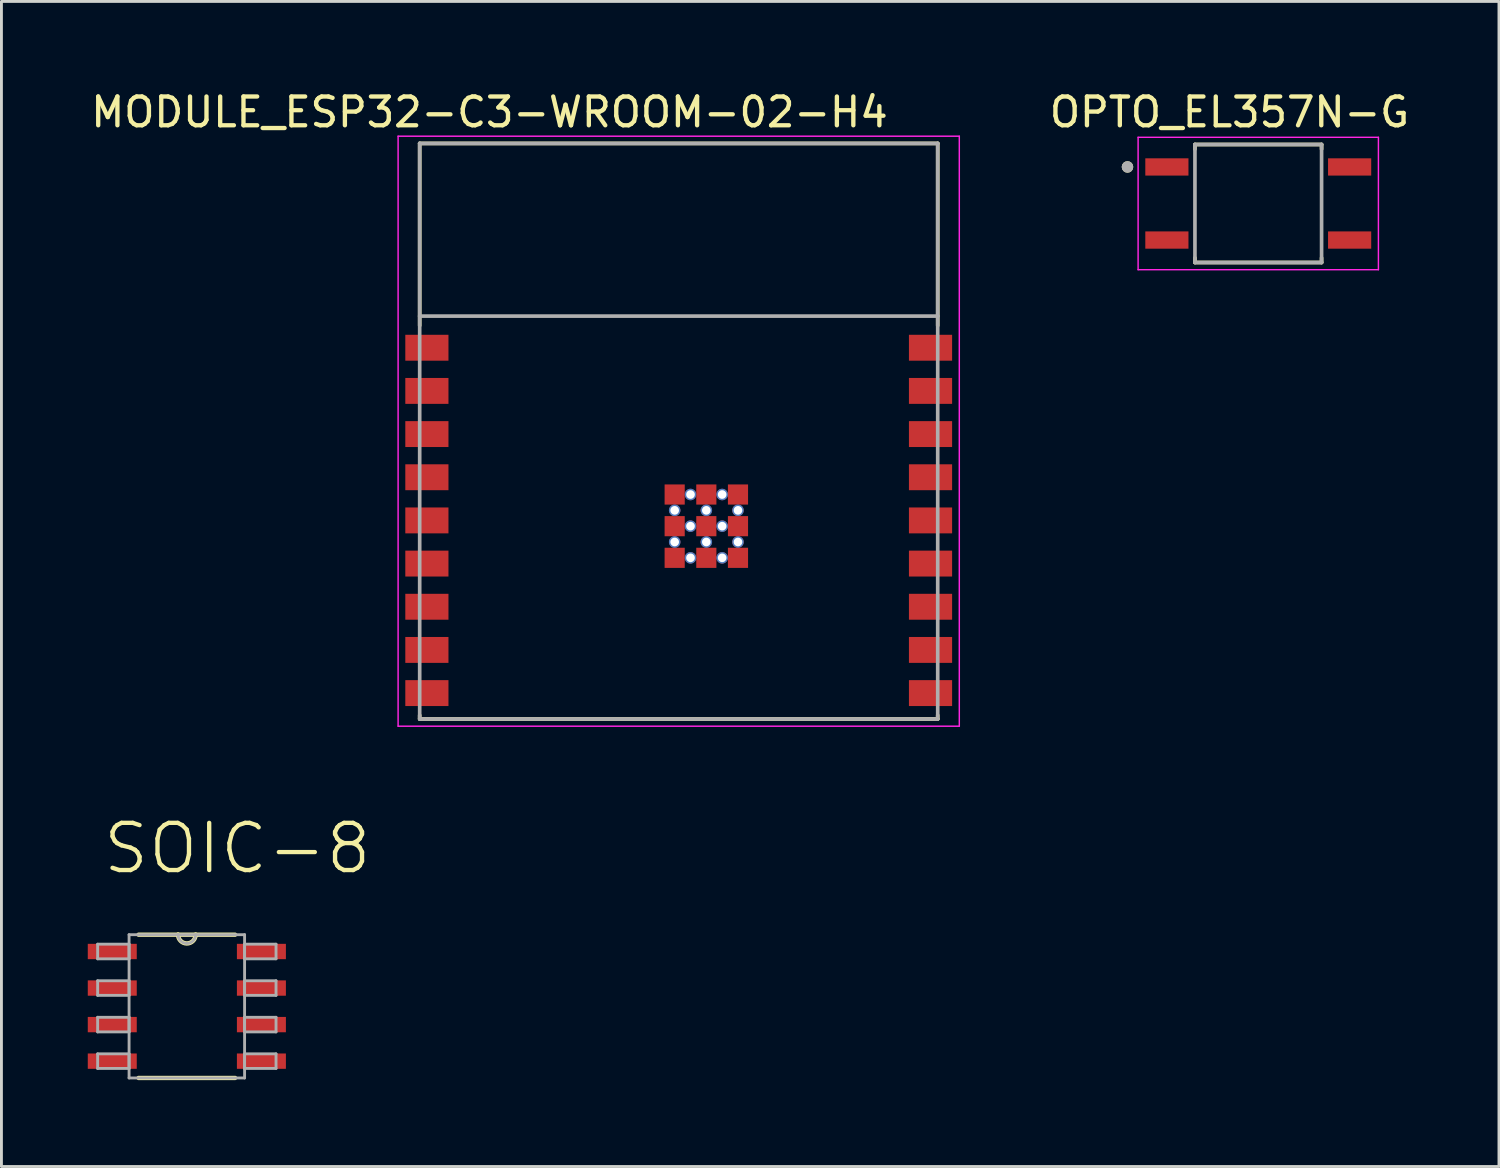
<source format=kicad_pcb>
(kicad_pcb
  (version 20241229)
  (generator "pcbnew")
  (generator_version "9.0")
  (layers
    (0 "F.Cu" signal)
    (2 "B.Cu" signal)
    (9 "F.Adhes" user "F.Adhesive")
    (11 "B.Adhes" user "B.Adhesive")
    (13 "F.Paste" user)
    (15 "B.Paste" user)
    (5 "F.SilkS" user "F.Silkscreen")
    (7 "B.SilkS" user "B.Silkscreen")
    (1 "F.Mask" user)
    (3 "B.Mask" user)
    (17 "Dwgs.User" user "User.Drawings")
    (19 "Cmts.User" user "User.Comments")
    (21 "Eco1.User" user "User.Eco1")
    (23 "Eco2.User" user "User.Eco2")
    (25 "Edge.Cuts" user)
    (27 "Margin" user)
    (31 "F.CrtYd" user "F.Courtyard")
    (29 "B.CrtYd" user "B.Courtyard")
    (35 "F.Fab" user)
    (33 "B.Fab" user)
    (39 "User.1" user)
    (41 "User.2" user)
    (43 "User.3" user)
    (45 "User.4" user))
  (footprint "MODULE_ESP32-C3-WROOM-02-H4"
    (layer "F.Cu")
    (at 20.533 11.933)
    (property "Reference" "MODULE_ESP32-C3-WROOM-02-H4" (at -6.575 -11.085 0) (layer "F.SilkS") (effects (font (size 1 1) (thickness 0.15))))
    (attr through_hole)
    (fp_line (start -9 -10) (end -9 -3.67) (stroke (width 0.127) (type solid)) (layer "F.SilkS"))
    (fp_line (start -9 10) (end -9 9.87) (stroke (width 0.127) (type solid)) (layer "F.SilkS"))
    (fp_line (start -9 10) (end 9 10) (stroke (width 0.127) (type solid)) (layer "F.SilkS"))
    (fp_line (start 9 -10) (end -9 -10) (stroke (width 0.127) (type solid)) (layer "F.SilkS"))
    (fp_line (start 9 -3.67) (end 9 -10) (stroke (width 0.127) (type solid)) (layer "F.SilkS"))
    (fp_line (start 9 10) (end 9 9.87) (stroke (width 0.127) (type solid)) (layer "F.SilkS"))
    (fp_line (start -9.75 -10.25) (end -9.75 10.25) (stroke (width 0.05) (type solid)) (layer "F.CrtYd"))
    (fp_line (start -9.75 10.25) (end 9.75 10.25) (stroke (width 0.05) (type solid)) (layer "F.CrtYd"))
    (fp_line (start 9.75 -10.25) (end -9.75 -10.25) (stroke (width 0.05) (type solid)) (layer "F.CrtYd"))
    (fp_line (start 9.75 10.25) (end 9.75 -10.25) (stroke (width 0.05) (type solid)) (layer "F.CrtYd"))
    (fp_line (start -9 -10) (end -9 -4) (stroke (width 0.127) (type solid)) (layer "F.Fab"))
    (fp_line (start -9 -4) (end -9 10) (stroke (width 0.127) (type solid)) (layer "F.Fab"))
    (fp_line (start -9 10) (end 9 10) (stroke (width 0.127) (type solid)) (layer "F.Fab"))
    (fp_line (start 9 -10) (end -9 -10) (stroke (width 0.127) (type solid)) (layer "F.Fab"))
    (fp_line (start 9 -4) (end -9 -4) (stroke (width 0.127) (type solid)) (layer "F.Fab"))
    (fp_line (start 9 -4) (end 9 -10) (stroke (width 0.127) (type solid)) (layer "F.Fab"))
    (fp_line (start 9 10) (end 9 -4) (stroke (width 0.127) (type solid)) (layer "F.Fab"))
    (pad "1" smd rect (at -8.75 -2.9) (size 1.5 0.9) (layers "F.Cu" "F.Mask" "F.Paste"))
    (pad "2" smd rect (at -8.75 -1.4) (size 1.5 0.9) (layers "F.Cu" "F.Mask" "F.Paste"))
    (pad "3" smd rect (at -8.75 0.1) (size 1.5 0.9) (layers "F.Cu" "F.Mask" "F.Paste"))
    (pad "4" smd rect (at -8.75 1.6) (size 1.5 0.9) (layers "F.Cu" "F.Mask" "F.Paste"))
    (pad "5" smd rect (at -8.75 3.1) (size 1.5 0.9) (layers "F.Cu" "F.Mask" "F.Paste"))
    (pad "6" smd rect (at -8.75 4.6) (size 1.5 0.9) (layers "F.Cu" "F.Mask" "F.Paste"))
    (pad "7" smd rect (at -8.75 6.1) (size 1.5 0.9) (layers "F.Cu" "F.Mask" "F.Paste"))
    (pad "8" smd rect (at -8.75 7.6) (size 1.5 0.9) (layers "F.Cu" "F.Mask" "F.Paste"))
    (pad "9" smd rect (at -8.75 9.1) (size 1.5 0.9) (layers "F.Cu" "F.Mask" "F.Paste"))
    (pad "10" smd rect (at 8.75 9.1) (size 1.5 0.9) (layers "F.Cu" "F.Mask" "F.Paste"))
    (pad "11" smd rect (at 8.75 7.6) (size 1.5 0.9) (layers "F.Cu" "F.Mask" "F.Paste"))
    (pad "12" smd rect (at 8.75 6.1) (size 1.5 0.9) (layers "F.Cu" "F.Mask" "F.Paste"))
    (pad "13" smd rect (at 8.75 4.6) (size 1.5 0.9) (layers "F.Cu" "F.Mask" "F.Paste"))
    (pad "14" smd rect (at 8.75 3.1) (size 1.5 0.9) (layers "F.Cu" "F.Mask" "F.Paste"))
    (pad "15" smd rect (at 8.75 1.6) (size 1.5 0.9) (layers "F.Cu" "F.Mask" "F.Paste"))
    (pad "16" smd rect (at 8.75 0.1) (size 1.5 0.9) (layers "F.Cu" "F.Mask" "F.Paste"))
    (pad "17" smd rect (at 8.75 -1.4) (size 1.5 0.9) (layers "F.Cu" "F.Mask" "F.Paste"))
    (pad "18" smd rect (at 8.75 -2.9) (size 1.5 0.9) (layers "F.Cu" "F.Mask" "F.Paste"))
    (pad "19" smd rect (at -0.14 2.2) (size 0.7 0.7) (layers "F.Cu" "F.Mask" "F.Paste"))
    (pad "20" smd rect (at 0.96 2.2) (size 0.7 0.7) (layers "F.Cu" "F.Mask" "F.Paste"))
    (pad "21" smd rect (at 2.06 2.2) (size 0.7 0.7) (layers "F.Cu" "F.Mask" "F.Paste"))
    (pad "22" smd rect (at -0.14 3.3) (size 0.7 0.7) (layers "F.Cu" "F.Mask" "F.Paste"))
    (pad "23" smd rect (at 0.96 3.3) (size 0.7 0.7) (layers "F.Cu" "F.Mask" "F.Paste"))
    (pad "24" smd rect (at 2.06 3.3) (size 0.7 0.7) (layers "F.Cu" "F.Mask" "F.Paste"))
    (pad "25" smd rect (at -0.14 4.4) (size 0.7 0.7) (layers "F.Cu" "F.Mask" "F.Paste"))
    (pad "26" smd rect (at 0.96 4.4) (size 0.7 0.7) (layers "F.Cu" "F.Mask" "F.Paste"))
    (pad "27" smd rect (at 2.06 4.4) (size 0.7 0.7) (layers "F.Cu" "F.Mask" "F.Paste"))
    (pad "28" thru_hole circle (at 0.41 2.2) (size 0.4 0.4) (drill 0.3) (layers "*.Cu"))
    (pad "29" thru_hole circle (at 1.51 2.2) (size 0.4 0.4) (drill 0.3) (layers "*.Cu"))
    (pad "30" thru_hole circle (at -0.14 2.75) (size 0.4 0.4) (drill 0.3) (layers "*.Cu"))
    (pad "31" thru_hole circle (at 0.96 2.75) (size 0.4 0.4) (drill 0.3) (layers "*.Cu"))
    (pad "32" thru_hole circle (at 2.06 2.75) (size 0.4 0.4) (drill 0.3) (layers "*.Cu"))
    (pad "33" thru_hole circle (at 0.41 3.3) (size 0.4 0.4) (drill 0.3) (layers "*.Cu"))
    (pad "34" thru_hole circle (at 1.51 3.3) (size 0.4 0.4) (drill 0.3) (layers "*.Cu"))
    (pad "35" thru_hole circle (at -0.14 3.85) (size 0.4 0.4) (drill 0.3) (layers "*.Cu"))
    (pad "36" thru_hole circle (at 0.96 3.85) (size 0.4 0.4) (drill 0.3) (layers "*.Cu"))
    (pad "37" thru_hole circle (at 2.06 3.85) (size 0.4 0.4) (drill 0.3) (layers "*.Cu"))
    (pad "38" thru_hole circle (at 0.41 4.4) (size 0.4 0.4) (drill 0.3) (layers "*.Cu"))
    (pad "39" thru_hole circle (at 1.51 4.4) (size 0.4 0.4) (drill 0.3) (layers "*.Cu"))
    (zone (net_name "") (layer "F.Cu") (hatch full 0.508) (connect_pads) (min_thickness 0.01) (filled_areas_thickness no) (keepout (tracks not_allowed) (vias not_allowed) (pads not_allowed) (copperpour not_allowed) (footprints allowed)) (placement (enabled no)) (fill) (polygon (pts (xy 11.533 1.933) (xy 29.533 1.933) (xy 29.533 7.933) (xy 11.533 7.933))))
    (zone (net_name "") (layers "F.Cu" "B.Cu") (hatch full 0.508) (connect_pads) (min_thickness 0.01) (filled_areas_thickness no) (keepout (tracks allowed) (vias not_allowed) (pads allowed) (copperpour allowed) (footprints allowed)) (placement (enabled no)) (fill) (polygon (pts (xy 11.533 1.933) (xy 29.533 1.933) (xy 29.533 7.933) (xy 11.533 7.933))))
    (zone (net_name "") (layer "B.Cu") (hatch full 0.508) (connect_pads) (min_thickness 0.01) (filled_areas_thickness no) (keepout (tracks not_allowed) (vias not_allowed) (pads not_allowed) (copperpour not_allowed) (footprints allowed)) (placement (enabled no)) (fill) (polygon (pts (xy 11.533 1.933) (xy 29.533 1.933) (xy 29.533 7.933) (xy 11.533 7.933)))))
  (footprint "SOIC-8"
    (layer "F.Cu")
    (at 3.442 31.917)
    (property "Reference" "SOIC-8" (at 1.753 -5.486 0) (layer "F.SilkS") (effects (font (size 1.64 1.64) (thickness 0.15))))
    (attr through_hole)
    (fp_line (start -1.676 2.489) (end 1.676 2.489) (stroke (width 0.152) (type solid)) (layer "F.SilkS"))
    (fp_line (start -0.305 -2.489) (end -1.676 -2.489) (stroke (width 0.152) (type solid)) (layer "F.SilkS"))
    (fp_line (start 0.305 -2.489) (end -0.305 -2.489) (stroke (width 0.152) (type solid)) (layer "F.SilkS"))
    (fp_line (start 1.676 -2.489) (end 0.305 -2.489) (stroke (width 0.152) (type solid)) (layer "F.SilkS"))
    (fp_arc (start 0.3048 -2.4892) (mid 0 -2.1844) (end -0.3048 -2.4892) (stroke (width 0.1524) (type solid)) (layer "F.SilkS"))
    (fp_line (start -3.099 -2.159) (end -3.099 -1.651) (stroke (width 0.1) (type solid)) (layer "F.Fab"))
    (fp_line (start -3.099 -1.651) (end -2.007 -1.651) (stroke (width 0.1) (type solid)) (layer "F.Fab"))
    (fp_line (start -3.099 -0.889) (end -3.099 -0.381) (stroke (width 0.1) (type solid)) (layer "F.Fab"))
    (fp_line (start -3.099 -0.381) (end -2.007 -0.381) (stroke (width 0.1) (type solid)) (layer "F.Fab"))
    (fp_line (start -3.099 0.381) (end -3.099 0.889) (stroke (width 0.1) (type solid)) (layer "F.Fab"))
    (fp_line (start -3.099 0.889) (end -2.007 0.889) (stroke (width 0.1) (type solid)) (layer "F.Fab"))
    (fp_line (start -3.099 1.651) (end -3.099 2.159) (stroke (width 0.1) (type solid)) (layer "F.Fab"))
    (fp_line (start -3.099 2.159) (end -2.007 2.159) (stroke (width 0.1) (type solid)) (layer "F.Fab"))
    (fp_line (start -2.007 -2.489) (end -2.007 2.489) (stroke (width 0.1) (type solid)) (layer "F.Fab"))
    (fp_line (start -2.007 -2.159) (end -3.099 -2.159) (stroke (width 0.1) (type solid)) (layer "F.Fab"))
    (fp_line (start -2.007 -1.651) (end -2.007 -2.159) (stroke (width 0.1) (type solid)) (layer "F.Fab"))
    (fp_line (start -2.007 -0.889) (end -3.099 -0.889) (stroke (width 0.1) (type solid)) (layer "F.Fab"))
    (fp_line (start -2.007 -0.381) (end -2.007 -0.889) (stroke (width 0.1) (type solid)) (layer "F.Fab"))
    (fp_line (start -2.007 0.381) (end -3.099 0.381) (stroke (width 0.1) (type solid)) (layer "F.Fab"))
    (fp_line (start -2.007 0.889) (end -2.007 0.381) (stroke (width 0.1) (type solid)) (layer "F.Fab"))
    (fp_line (start -2.007 1.651) (end -3.099 1.651) (stroke (width 0.1) (type solid)) (layer "F.Fab"))
    (fp_line (start -2.007 2.159) (end -2.007 1.651) (stroke (width 0.1) (type solid)) (layer "F.Fab"))
    (fp_line (start -2.007 2.489) (end 2.007 2.489) (stroke (width 0.1) (type solid)) (layer "F.Fab"))
    (fp_line (start -0.305 -2.489) (end -2.007 -2.489) (stroke (width 0.1) (type solid)) (layer "F.Fab"))
    (fp_line (start 0.305 -2.489) (end -0.305 -2.489) (stroke (width 0.1) (type solid)) (layer "F.Fab"))
    (fp_line (start 2.007 -2.489) (end 0.305 -2.489) (stroke (width 0.1) (type solid)) (layer "F.Fab"))
    (fp_line (start 2.007 -2.159) (end 2.007 -1.651) (stroke (width 0.1) (type solid)) (layer "F.Fab"))
    (fp_line (start 2.007 -1.651) (end 3.099 -1.651) (stroke (width 0.1) (type solid)) (layer "F.Fab"))
    (fp_line (start 2.007 -0.889) (end 2.007 -0.381) (stroke (width 0.1) (type solid)) (layer "F.Fab"))
    (fp_line (start 2.007 -0.381) (end 3.099 -0.381) (stroke (width 0.1) (type solid)) (layer "F.Fab"))
    (fp_line (start 2.007 0.381) (end 2.007 0.889) (stroke (width 0.1) (type solid)) (layer "F.Fab"))
    (fp_line (start 2.007 0.889) (end 3.099 0.889) (stroke (width 0.1) (type solid)) (layer "F.Fab"))
    (fp_line (start 2.007 1.651) (end 2.007 2.159) (stroke (width 0.1) (type solid)) (layer "F.Fab"))
    (fp_line (start 2.007 2.159) (end 3.099 2.159) (stroke (width 0.1) (type solid)) (layer "F.Fab"))
    (fp_line (start 2.007 2.489) (end 2.007 -2.489) (stroke (width 0.1) (type solid)) (layer "F.Fab"))
    (fp_line (start 3.099 -2.159) (end 2.007 -2.159) (stroke (width 0.1) (type solid)) (layer "F.Fab"))
    (fp_line (start 3.099 -1.651) (end 3.099 -2.159) (stroke (width 0.1) (type solid)) (layer "F.Fab"))
    (fp_line (start 3.099 -0.889) (end 2.007 -0.889) (stroke (width 0.1) (type solid)) (layer "F.Fab"))
    (fp_line (start 3.099 -0.381) (end 3.099 -0.889) (stroke (width 0.1) (type solid)) (layer "F.Fab"))
    (fp_line (start 3.099 0.381) (end 2.007 0.381) (stroke (width 0.1) (type solid)) (layer "F.Fab"))
    (fp_line (start 3.099 0.889) (end 3.099 0.381) (stroke (width 0.1) (type solid)) (layer "F.Fab"))
    (fp_line (start 3.099 1.651) (end 2.007 1.651) (stroke (width 0.1) (type solid)) (layer "F.Fab"))
    (fp_line (start 3.099 2.159) (end 3.099 1.651) (stroke (width 0.1) (type solid)) (layer "F.Fab"))
    (fp_arc (start 0.3048 -2.4892) (mid 0 -2.1844) (end -0.3048 -2.4892) (stroke (width 0.1) (type solid)) (layer "F.Fab"))
    (pad "1" smd rect (at -2.591 -1.905) (size 1.702 0.533) (layers "F.Cu" "F.Mask" "F.Paste"))
    (pad "2" smd rect (at -2.591 -0.635) (size 1.702 0.533) (layers "F.Cu" "F.Mask" "F.Paste"))
    (pad "3" smd rect (at -2.591 0.635) (size 1.702 0.533) (layers "F.Cu" "F.Mask" "F.Paste"))
    (pad "4" smd rect (at -2.591 1.905) (size 1.702 0.533) (layers "F.Cu" "F.Mask" "F.Paste"))
    (pad "5" smd rect (at 2.591 1.905) (size 1.702 0.533) (layers "F.Cu" "F.Mask" "F.Paste"))
    (pad "6" smd rect (at 2.591 0.635) (size 1.702 0.533) (layers "F.Cu" "F.Mask" "F.Paste"))
    (pad "7" smd rect (at 2.591 -0.635) (size 1.702 0.533) (layers "F.Cu" "F.Mask" "F.Paste"))
    (pad "8" smd rect (at 2.591 -1.905) (size 1.702 0.533) (layers "F.Cu" "F.Mask" "F.Paste")))
  (footprint "OPTO_EL357N-G"
    (layer "F.Cu")
    (at 40.671 4.021)
    (property "Reference" "OPTO_EL357N-G" (at -1 -3.173 0) (layer "F.SilkS") (effects (font (size 1 1) (thickness 0.15))))
    (attr through_hole)
    (fp_line (start -2.2 -2.05) (end 2.2 -2.05) (stroke (width 0.127) (type solid)) (layer "F.SilkS"))
    (fp_line (start -2.2 -1.89) (end -2.2 -2.05) (stroke (width 0.127) (type solid)) (layer "F.SilkS"))
    (fp_line (start -2.2 2.05) (end -2.2 1.89) (stroke (width 0.127) (type solid)) (layer "F.SilkS"))
    (fp_line (start 2.2 -2.05) (end 2.2 -1.89) (stroke (width 0.127) (type solid)) (layer "F.SilkS"))
    (fp_line (start 2.2 2.05) (end -2.2 2.05) (stroke (width 0.127) (type solid)) (layer "F.SilkS"))
    (fp_line (start 2.2 2.05) (end 2.2 1.89) (stroke (width 0.127) (type solid)) (layer "F.SilkS"))
    (fp_circle (center -4.544 -1.27) (end -4.444 -1.27) (stroke (width 0.2) (type solid)) (fill no) (layer "F.SilkS"))
    (fp_line (start -4.175 -2.3) (end -4.175 2.3) (stroke (width 0.05) (type solid)) (layer "F.CrtYd"))
    (fp_line (start -4.175 2.3) (end 4.175 2.3) (stroke (width 0.05) (type solid)) (layer "F.CrtYd"))
    (fp_line (start 4.175 -2.3) (end -4.175 -2.3) (stroke (width 0.05) (type solid)) (layer "F.CrtYd"))
    (fp_line (start 4.175 2.3) (end 4.175 -2.3) (stroke (width 0.05) (type solid)) (layer "F.CrtYd"))
    (fp_line (start -2.2 -2.05) (end 2.2 -2.05) (stroke (width 0.127) (type solid)) (layer "F.Fab"))
    (fp_line (start -2.2 2.05) (end -2.2 -2.05) (stroke (width 0.127) (type solid)) (layer "F.Fab"))
    (fp_line (start 2.2 -2.05) (end 2.2 2.05) (stroke (width 0.127) (type solid)) (layer "F.Fab"))
    (fp_line (start 2.2 2.05) (end -2.2 2.05) (stroke (width 0.127) (type solid)) (layer "F.Fab"))
    (fp_circle (center -4.544 -1.27) (end -4.444 -1.27) (stroke (width 0.2) (type solid)) (fill no) (layer "F.Fab"))
    (pad "1" smd rect (at -3.175 -1.27) (size 1.5 0.6) (layers "F.Cu" "F.Mask" "F.Paste"))
    (pad "2" smd rect (at -3.175 1.27) (size 1.5 0.6) (layers "F.Cu" "F.Mask" "F.Paste"))
    (pad "3" smd rect (at 3.175 1.27) (size 1.5 0.6) (layers "F.Cu" "F.Mask" "F.Paste"))
    (pad "4" smd rect (at 3.175 -1.27) (size 1.5 0.6) (layers "F.Cu" "F.Mask" "F.Paste")))
  (gr_rect
    (start -3 -3)
    (end 49.035 37.483)
    (stroke (width 0.1) (type default))
    (fill no)
    (layer "Edge.Cuts")))
</source>
